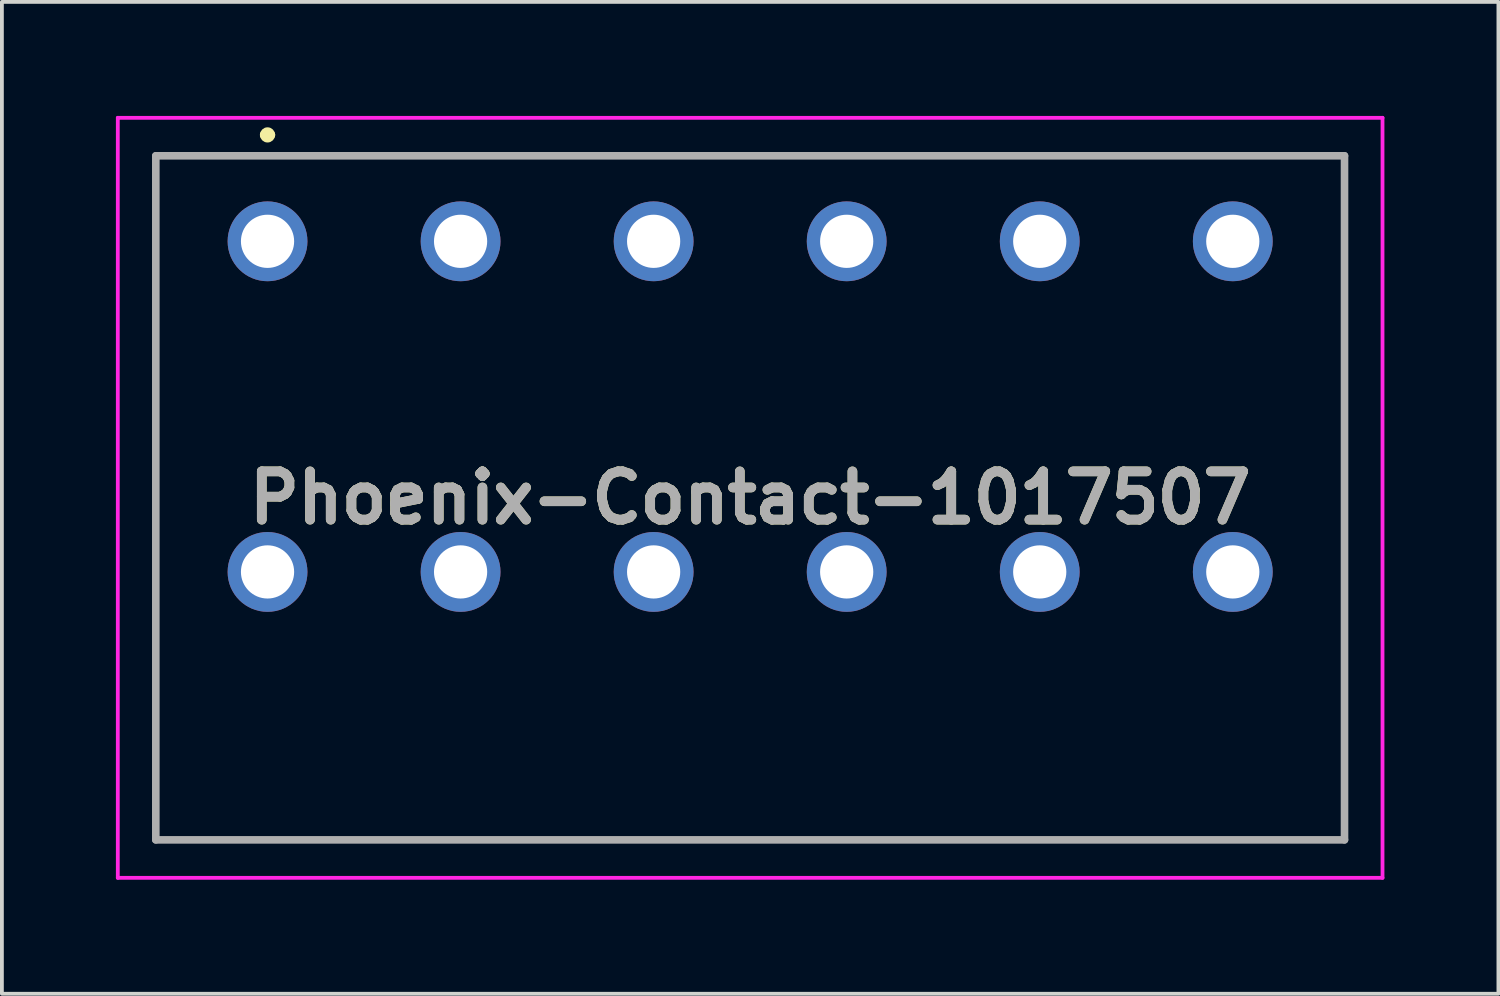
<source format=kicad_pcb>
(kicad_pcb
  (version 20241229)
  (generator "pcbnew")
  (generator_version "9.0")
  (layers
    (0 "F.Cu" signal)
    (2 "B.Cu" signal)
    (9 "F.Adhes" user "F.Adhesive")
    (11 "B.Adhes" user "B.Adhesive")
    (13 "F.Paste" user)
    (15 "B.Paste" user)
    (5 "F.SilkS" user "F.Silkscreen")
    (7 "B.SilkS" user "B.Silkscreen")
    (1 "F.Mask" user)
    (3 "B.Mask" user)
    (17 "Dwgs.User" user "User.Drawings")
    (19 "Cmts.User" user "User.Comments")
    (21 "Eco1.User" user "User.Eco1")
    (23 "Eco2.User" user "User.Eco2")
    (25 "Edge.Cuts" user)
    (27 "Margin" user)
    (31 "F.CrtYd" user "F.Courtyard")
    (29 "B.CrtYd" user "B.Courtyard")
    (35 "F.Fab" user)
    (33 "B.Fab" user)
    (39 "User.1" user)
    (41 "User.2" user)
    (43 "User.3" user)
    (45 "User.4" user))
  (footprint "Phoenix-Contact-1017507"
    (layer "F.Cu")
    (at 3.99 3.3)
    (property "Reference" "Phoenix-Contact-1017507" (at 12.7 6.75 0) (layer "F.SilkS") (effects (font (size 1.27 1.27) (thickness 0.254))))
    (attr through_hole)
    (fp_line (start -2.94 -2.25) (end 28.34 -2.25) (stroke (width 0.1) (type solid)) (layer "F.SilkS"))
    (fp_line (start -2.94 15.75) (end -2.94 -2.25) (stroke (width 0.1) (type solid)) (layer "F.SilkS"))
    (fp_line (start -0.1 -2.8) (end -0.1 -2.8) (stroke (width 0.2) (type solid)) (layer "F.SilkS"))
    (fp_line (start 0.1 -2.8) (end 0.1 -2.8) (stroke (width 0.2) (type solid)) (layer "F.SilkS"))
    (fp_line (start 28.34 -2.25) (end 28.34 15.75) (stroke (width 0.1) (type solid)) (layer "F.SilkS"))
    (fp_line (start 28.34 15.75) (end -2.94 15.75) (stroke (width 0.1) (type solid)) (layer "F.SilkS"))
    (fp_arc (start -0.1 -2.8) (mid 0 -2.9) (end 0.1 -2.8) (stroke (width 0.2) (type solid)) (layer "F.SilkS"))
    (fp_arc (start 0.1 -2.8) (mid 0 -2.7) (end -0.1 -2.8) (stroke (width 0.2) (type solid)) (layer "F.SilkS"))
    (fp_line (start -3.94 -3.25) (end 29.34 -3.25) (stroke (width 0.1) (type solid)) (layer "F.CrtYd"))
    (fp_line (start -3.94 16.75) (end -3.94 -3.25) (stroke (width 0.1) (type solid)) (layer "F.CrtYd"))
    (fp_line (start 29.34 -3.25) (end 29.34 16.75) (stroke (width 0.1) (type solid)) (layer "F.CrtYd"))
    (fp_line (start 29.34 16.75) (end -3.94 16.75) (stroke (width 0.1) (type solid)) (layer "F.CrtYd"))
    (fp_line (start -2.94 -2.25) (end 28.34 -2.25) (stroke (width 0.2) (type solid)) (layer "F.Fab"))
    (fp_line (start -2.94 15.75) (end -2.94 -2.25) (stroke (width 0.2) (type solid)) (layer "F.Fab"))
    (fp_line (start 28.34 -2.25) (end 28.34 15.75) (stroke (width 0.2) (type solid)) (layer "F.Fab"))
    (fp_line (start 28.34 15.75) (end -2.94 15.75) (stroke (width 0.2) (type solid)) (layer "F.Fab"))
    (fp_text user "${REFERENCE}" (at 12.7 6.75 0) (layer "F.Fab") (effects (font (size 1.27 1.27) (thickness 0.254))))
    (pad "1" thru_hole circle (at 0 0) (size 2.1 2.1) (drill 1.4) (layers "*.Cu" "*.Mask"))
    (pad "2" thru_hole circle (at 0 8.7) (size 2.1 2.1) (drill 1.4) (layers "*.Cu" "*.Mask"))
    (pad "3" thru_hole circle (at 5.08 0) (size 2.1 2.1) (drill 1.4) (layers "*.Cu" "*.Mask"))
    (pad "4" thru_hole circle (at 5.08 8.7) (size 2.1 2.1) (drill 1.4) (layers "*.Cu" "*.Mask"))
    (pad "5" thru_hole circle (at 10.16 0) (size 2.1 2.1) (drill 1.4) (layers "*.Cu" "*.Mask"))
    (pad "6" thru_hole circle (at 10.16 8.7) (size 2.1 2.1) (drill 1.4) (layers "*.Cu" "*.Mask"))
    (pad "7" thru_hole circle (at 15.24 0) (size 2.1 2.1) (drill 1.4) (layers "*.Cu" "*.Mask"))
    (pad "8" thru_hole circle (at 15.24 8.7) (size 2.1 2.1) (drill 1.4) (layers "*.Cu" "*.Mask"))
    (pad "9" thru_hole circle (at 20.32 0) (size 2.1 2.1) (drill 1.4) (layers "*.Cu" "*.Mask"))
    (pad "10" thru_hole circle (at 20.32 8.7) (size 2.1 2.1) (drill 1.4) (layers "*.Cu" "*.Mask"))
    (pad "11" thru_hole circle (at 25.4 0) (size 2.1 2.1) (drill 1.4) (layers "*.Cu" "*.Mask"))
    (pad "12" thru_hole circle (at 25.4 8.7) (size 2.1 2.1) (drill 1.4) (layers "*.Cu" "*.Mask")))
  (gr_rect
    (start -3 -3)
    (end 36.38 23.1)
    (stroke (width 0.1) (type default))
    (fill no)
    (layer "Edge.Cuts")))
</source>
